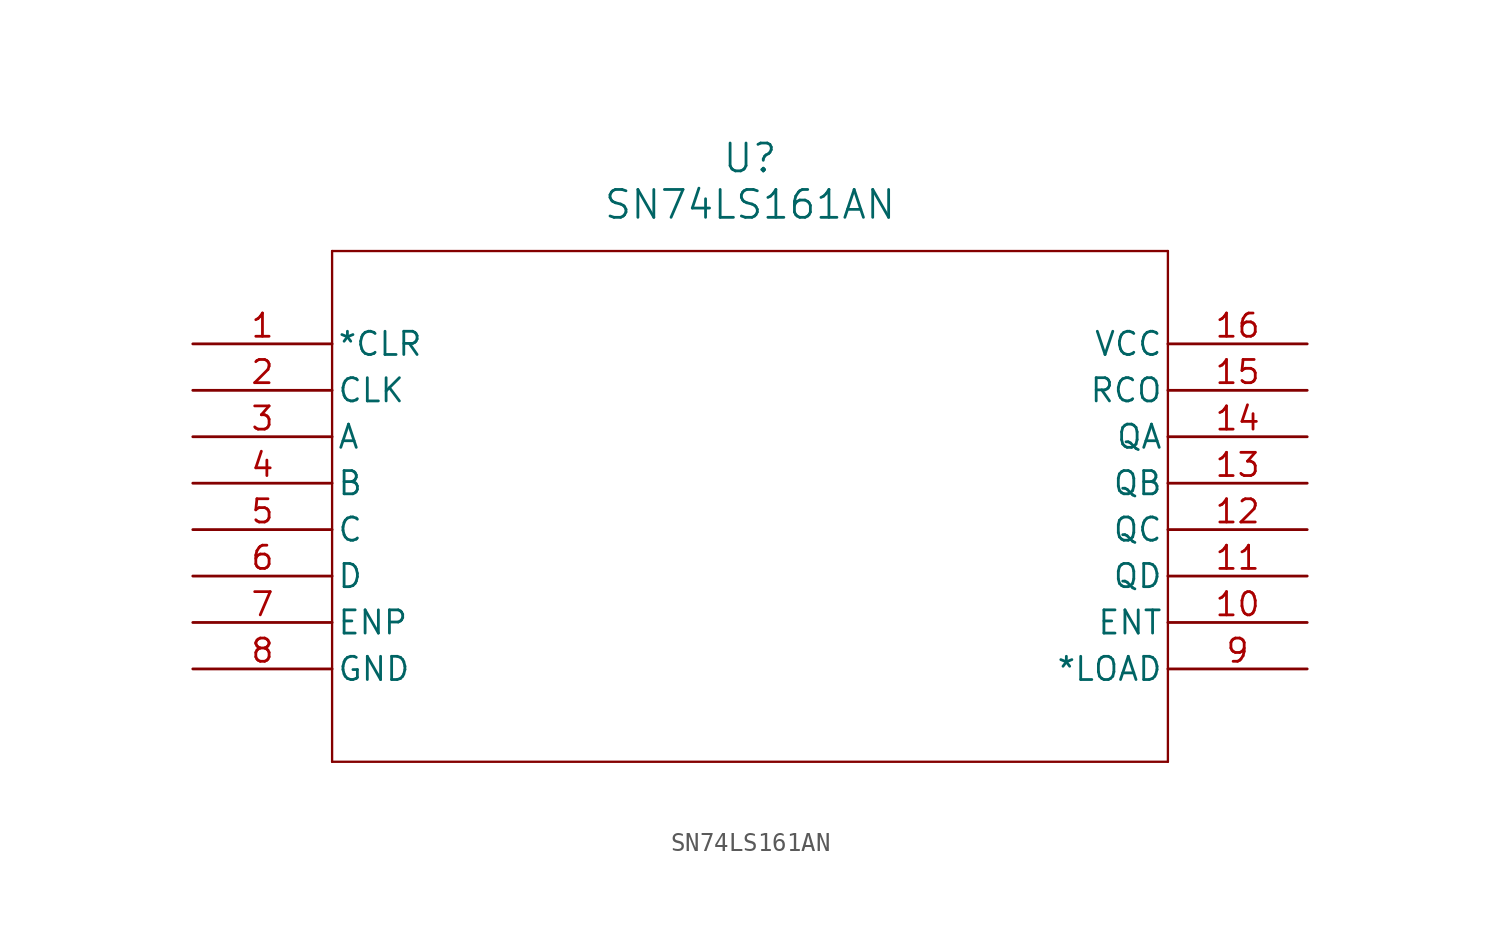
<source format=kicad_sym>
(kicad_symbol_lib
  (version 20211014)
  (generator kicad_symbol_editor)
  (symbol "SN74LS161AN"
    (pin_names
      (offset 0.254))
    (property "Reference" "U"
      (at 30.48 10.16 0)
      (effects (font (size 1.524 1.524))))
    (property "Value" "SN74LS161AN"
      (at 30.48 7.62 0)
      (effects (font (size 1.524 1.524))))
    (symbol "SN74LS161AN_0_1"
      (polyline (pts (xy 7.62 5.08) (xy 7.62 -22.86)) (stroke (width 0.127) (type default) (color 0 0 0 0)) (fill (type none)))
      (polyline (pts (xy 7.62 -22.86) (xy 53.34 -22.86)) (stroke (width 0.127) (type default) (color 0 0 0 0)) (fill (type none)))
      (polyline (pts (xy 53.34 -22.86) (xy 53.34 5.08)) (stroke (width 0.127) (type default) (color 0 0 0 0)) (fill (type none)))
      (polyline (pts (xy 53.34 5.08) (xy 7.62 5.08)) (stroke (width 0.127) (type default) (color 0 0 0 0)) (fill (type none)))
      (pin input line (at 0 0 0) (length 7.62) (name "*CLR" (effects (font (size 1.27 1.27)))) (number "1" (effects (font (size 1.27 1.27)))))
      (pin input line (at 0 -2.54 0) (length 7.62) (name "CLK" (effects (font (size 1.27 1.27)))) (number "2" (effects (font (size 1.27 1.27)))))
      (pin input line (at 0 -5.08 0) (length 7.62) (name "A" (effects (font (size 1.27 1.27)))) (number "3" (effects (font (size 1.27 1.27)))))
      (pin input line (at 0 -7.62 0) (length 7.62) (name "B" (effects (font (size 1.27 1.27)))) (number "4" (effects (font (size 1.27 1.27)))))
      (pin input line (at 0 -10.16 0) (length 7.62) (name "C" (effects (font (size 1.27 1.27)))) (number "5" (effects (font (size 1.27 1.27)))))
      (pin input line (at 0 -12.7 0) (length 7.62) (name "D" (effects (font (size 1.27 1.27)))) (number "6" (effects (font (size 1.27 1.27)))))
      (pin input line (at 0 -15.24 0) (length 7.62) (name "ENP" (effects (font (size 1.27 1.27)))) (number "7" (effects (font (size 1.27 1.27)))))
      (pin power_in line (at 0 -17.78 0) (length 7.62) (name "GND" (effects (font (size 1.27 1.27)))) (number "8" (effects (font (size 1.27 1.27)))))
      (pin input line (at 60.96 -17.78 180) (length 7.62) (name "*LOAD" (effects (font (size 1.27 1.27)))) (number "9" (effects (font (size 1.27 1.27)))))
      (pin input line (at 60.96 -15.24 180) (length 7.62) (name "ENT" (effects (font (size 1.27 1.27)))) (number "10" (effects (font (size 1.27 1.27)))))
      (pin output line (at 60.96 -12.7 180) (length 7.62) (name "QD" (effects (font (size 1.27 1.27)))) (number "11" (effects (font (size 1.27 1.27)))))
      (pin output line (at 60.96 -10.16 180) (length 7.62) (name "QC" (effects (font (size 1.27 1.27)))) (number "12" (effects (font (size 1.27 1.27)))))
      (pin output line (at 60.96 -7.62 180) (length 7.62) (name "QB" (effects (font (size 1.27 1.27)))) (number "13" (effects (font (size 1.27 1.27)))))
      (pin output line (at 60.96 -5.08 180) (length 7.62) (name "QA" (effects (font (size 1.27 1.27)))) (number "14" (effects (font (size 1.27 1.27)))))
      (pin output line (at 60.96 -2.54 180) (length 7.62) (name "RCO" (effects (font (size 1.27 1.27)))) (number "15" (effects (font (size 1.27 1.27)))))
      (pin power_in line (at 60.96 0 180) (length 7.62) (name "VCC" (effects (font (size 1.27 1.27)))) (number "16" (effects (font (size 1.27 1.27))))))))
</source>
